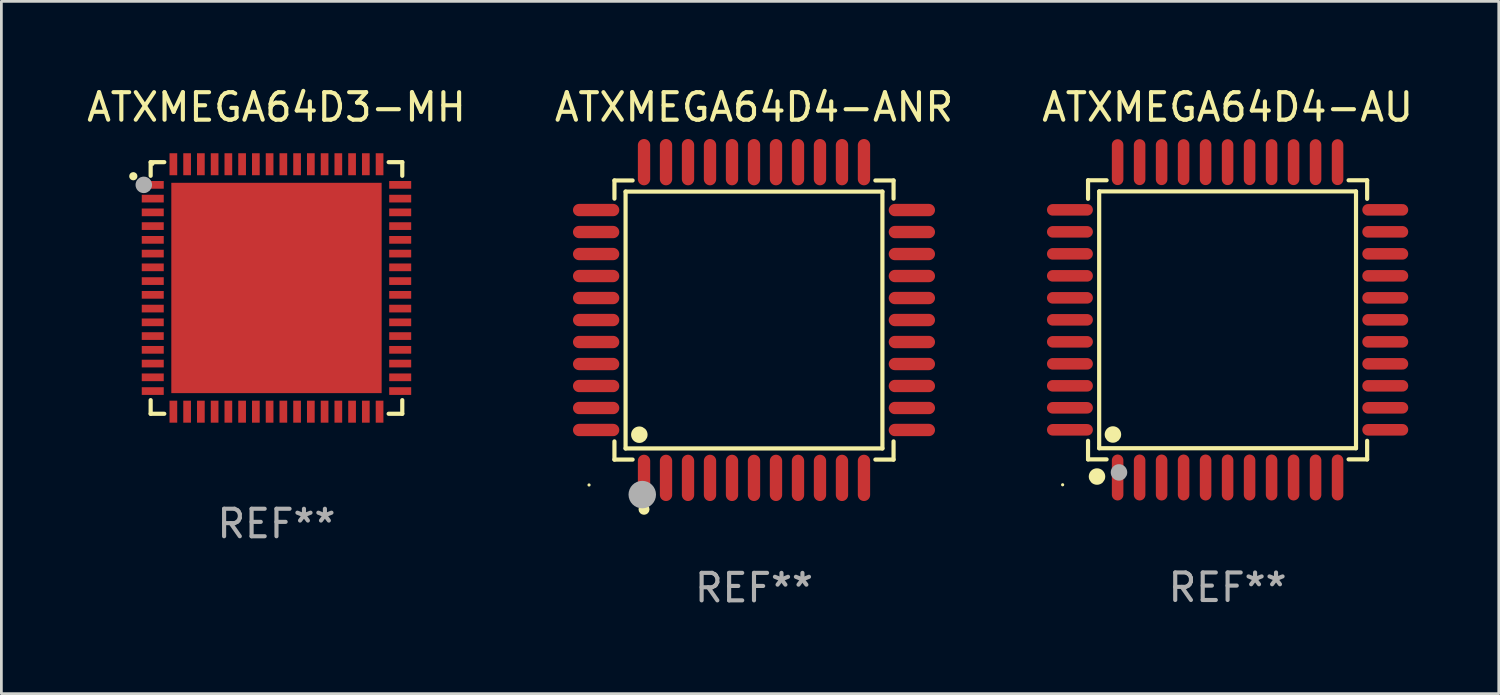
<source format=kicad_pcb>
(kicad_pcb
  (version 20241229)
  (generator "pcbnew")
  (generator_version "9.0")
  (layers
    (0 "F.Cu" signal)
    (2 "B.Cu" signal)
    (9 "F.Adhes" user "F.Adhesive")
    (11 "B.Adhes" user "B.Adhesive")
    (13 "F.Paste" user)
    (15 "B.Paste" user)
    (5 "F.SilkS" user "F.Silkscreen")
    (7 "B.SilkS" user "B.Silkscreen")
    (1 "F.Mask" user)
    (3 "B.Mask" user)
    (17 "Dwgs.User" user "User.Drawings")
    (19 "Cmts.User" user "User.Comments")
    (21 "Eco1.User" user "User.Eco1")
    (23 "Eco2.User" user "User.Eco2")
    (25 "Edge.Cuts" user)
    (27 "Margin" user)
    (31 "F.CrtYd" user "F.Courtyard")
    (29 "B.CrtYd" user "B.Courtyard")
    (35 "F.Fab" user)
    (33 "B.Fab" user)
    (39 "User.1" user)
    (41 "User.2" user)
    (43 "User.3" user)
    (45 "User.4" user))
  (footprint "ATXMEGA64D4-AU"
    (layer "F.Cu")
    (at 41.601 8.583)
    (property "Reference" "ATXMEGA64D4-AU" (at 0 -7.735 0) (layer "F.SilkS") (effects (font (size 1 1) (thickness 0.15))))
    (attr through_hole)
    (fp_line (start -5.076 -5.076) (end -4.401 -5.076) (stroke (width 0.152) (type solid)) (layer "F.SilkS"))
    (fp_line (start -5.076 -4.401) (end -5.076 -5.076) (stroke (width 0.152) (type solid)) (layer "F.SilkS"))
    (fp_line (start -5.076 4.401) (end -5.076 5.076) (stroke (width 0.152) (type solid)) (layer "F.SilkS"))
    (fp_line (start -5.076 5.076) (end -4.401 5.076) (stroke (width 0.152) (type solid)) (layer "F.SilkS"))
    (fp_line (start -4.671 -4.671) (end 4.671 -4.671) (stroke (width 0.152) (type solid)) (layer "F.SilkS"))
    (fp_line (start -4.671 4.671) (end -4.671 -4.671) (stroke (width 0.152) (type solid)) (layer "F.SilkS"))
    (fp_line (start 4.671 -4.671) (end 4.671 4.671) (stroke (width 0.152) (type solid)) (layer "F.SilkS"))
    (fp_line (start 4.671 4.671) (end -4.671 4.671) (stroke (width 0.152) (type solid)) (layer "F.SilkS"))
    (fp_line (start 5.076 -5.076) (end 4.401 -5.076) (stroke (width 0.152) (type solid)) (layer "F.SilkS"))
    (fp_line (start 5.076 -4.401) (end 5.076 -5.076) (stroke (width 0.152) (type solid)) (layer "F.SilkS"))
    (fp_line (start 5.076 4.401) (end 5.076 5.076) (stroke (width 0.152) (type solid)) (layer "F.SilkS"))
    (fp_line (start 5.076 5.076) (end 4.401 5.076) (stroke (width 0.152) (type solid)) (layer "F.SilkS"))
    (fp_circle (center -6 6) (end -5.97 6) (stroke (width 0.06) (type solid)) (fill no) (layer "F.SilkS"))
    (fp_circle (center -4.75 5.7) (end -4.6 5.7) (stroke (width 0.3) (type solid)) (fill no) (layer "F.SilkS"))
    (fp_circle (center -4.171 4.171) (end -4.021 4.171) (stroke (width 0.3) (type solid)) (fill no) (layer "F.SilkS"))
    (fp_circle (center -3.95 5.55) (end -3.8 5.55) (stroke (width 0.3) (type solid)) (fill no) (layer "F.Fab"))
    (fp_text user "REF**" (at 0 9.735 0) (layer "F.Fab") (effects (font (size 1 1) (thickness 0.15))))
    (pad "1" smd oval (at -4 5.735) (size 0.42 1.67) (layers "F.Cu" "F.Mask" "F.Paste"))
    (pad "2" smd oval (at -3.2 5.735) (size 0.42 1.67) (layers "F.Cu" "F.Mask" "F.Paste"))
    (pad "3" smd oval (at -2.4 5.735) (size 0.42 1.67) (layers "F.Cu" "F.Mask" "F.Paste"))
    (pad "4" smd oval (at -1.6 5.735) (size 0.42 1.67) (layers "F.Cu" "F.Mask" "F.Paste"))
    (pad "5" smd oval (at -0.8 5.735) (size 0.42 1.67) (layers "F.Cu" "F.Mask" "F.Paste"))
    (pad "6" smd oval (at 0 5.735) (size 0.42 1.67) (layers "F.Cu" "F.Mask" "F.Paste"))
    (pad "7" smd oval (at 0.8 5.735) (size 0.42 1.67) (layers "F.Cu" "F.Mask" "F.Paste"))
    (pad "8" smd oval (at 1.6 5.735) (size 0.42 1.67) (layers "F.Cu" "F.Mask" "F.Paste"))
    (pad "9" smd oval (at 2.4 5.735) (size 0.42 1.67) (layers "F.Cu" "F.Mask" "F.Paste"))
    (pad "10" smd oval (at 3.2 5.735) (size 0.42 1.67) (layers "F.Cu" "F.Mask" "F.Paste"))
    (pad "11" smd oval (at 4 5.735) (size 0.42 1.67) (layers "F.Cu" "F.Mask" "F.Paste"))
    (pad "12" smd oval (at 5.735 4) (size 1.67 0.42) (layers "F.Cu" "F.Mask" "F.Paste"))
    (pad "13" smd oval (at 5.735 3.2) (size 1.67 0.42) (layers "F.Cu" "F.Mask" "F.Paste"))
    (pad "14" smd oval (at 5.735 2.4) (size 1.67 0.42) (layers "F.Cu" "F.Mask" "F.Paste"))
    (pad "15" smd oval (at 5.735 1.6) (size 1.67 0.42) (layers "F.Cu" "F.Mask" "F.Paste"))
    (pad "16" smd oval (at 5.735 0.8) (size 1.67 0.42) (layers "F.Cu" "F.Mask" "F.Paste"))
    (pad "17" smd oval (at 5.735 0) (size 1.67 0.42) (layers "F.Cu" "F.Mask" "F.Paste"))
    (pad "18" smd oval (at 5.735 -0.8) (size 1.67 0.42) (layers "F.Cu" "F.Mask" "F.Paste"))
    (pad "19" smd oval (at 5.735 -1.6) (size 1.67 0.42) (layers "F.Cu" "F.Mask" "F.Paste"))
    (pad "20" smd oval (at 5.735 -2.4) (size 1.67 0.42) (layers "F.Cu" "F.Mask" "F.Paste"))
    (pad "21" smd oval (at 5.735 -3.2) (size 1.67 0.42) (layers "F.Cu" "F.Mask" "F.Paste"))
    (pad "22" smd oval (at 5.735 -4) (size 1.67 0.42) (layers "F.Cu" "F.Mask" "F.Paste"))
    (pad "23" smd oval (at 4 -5.735) (size 0.42 1.67) (layers "F.Cu" "F.Mask" "F.Paste"))
    (pad "24" smd oval (at 3.2 -5.735) (size 0.42 1.67) (layers "F.Cu" "F.Mask" "F.Paste"))
    (pad "25" smd oval (at 2.4 -5.735) (size 0.42 1.67) (layers "F.Cu" "F.Mask" "F.Paste"))
    (pad "26" smd oval (at 1.6 -5.735) (size 0.42 1.67) (layers "F.Cu" "F.Mask" "F.Paste"))
    (pad "27" smd oval (at 0.8 -5.735) (size 0.42 1.67) (layers "F.Cu" "F.Mask" "F.Paste"))
    (pad "28" smd oval (at 0 -5.735) (size 0.42 1.67) (layers "F.Cu" "F.Mask" "F.Paste"))
    (pad "29" smd oval (at -0.8 -5.735) (size 0.42 1.67) (layers "F.Cu" "F.Mask" "F.Paste"))
    (pad "30" smd oval (at -1.6 -5.735) (size 0.42 1.67) (layers "F.Cu" "F.Mask" "F.Paste"))
    (pad "31" smd oval (at -2.4 -5.735) (size 0.42 1.67) (layers "F.Cu" "F.Mask" "F.Paste"))
    (pad "32" smd oval (at -3.2 -5.735) (size 0.42 1.67) (layers "F.Cu" "F.Mask" "F.Paste"))
    (pad "33" smd oval (at -4 -5.735) (size 0.42 1.67) (layers "F.Cu" "F.Mask" "F.Paste"))
    (pad "34" smd oval (at -5.735 -4) (size 1.67 0.42) (layers "F.Cu" "F.Mask" "F.Paste"))
    (pad "35" smd oval (at -5.735 -3.2) (size 1.67 0.42) (layers "F.Cu" "F.Mask" "F.Paste"))
    (pad "36" smd oval (at -5.735 -2.4) (size 1.67 0.42) (layers "F.Cu" "F.Mask" "F.Paste"))
    (pad "37" smd oval (at -5.735 -1.6) (size 1.67 0.42) (layers "F.Cu" "F.Mask" "F.Paste"))
    (pad "38" smd oval (at -5.735 -0.8) (size 1.67 0.42) (layers "F.Cu" "F.Mask" "F.Paste"))
    (pad "39" smd oval (at -5.735 0) (size 1.67 0.42) (layers "F.Cu" "F.Mask" "F.Paste"))
    (pad "40" smd oval (at -5.735 0.8) (size 1.67 0.42) (layers "F.Cu" "F.Mask" "F.Paste"))
    (pad "41" smd oval (at -5.735 1.6) (size 1.67 0.42) (layers "F.Cu" "F.Mask" "F.Paste"))
    (pad "42" smd oval (at -5.735 2.4) (size 1.67 0.42) (layers "F.Cu" "F.Mask" "F.Paste"))
    (pad "43" smd oval (at -5.735 3.2) (size 1.67 0.42) (layers "F.Cu" "F.Mask" "F.Paste"))
    (pad "44" smd oval (at -5.735 4) (size 1.67 0.42) (layers "F.Cu" "F.Mask" "F.Paste")))
  (footprint "ATXMEGA64D3-MH"
    (layer "F.Cu")
    (at 7.006 7.424)
    (property "Reference" "ATXMEGA64D3-MH" (at 0 -6.576 0) (layer "F.SilkS") (effects (font (size 1 1) (thickness 0.15))))
    (attr through_hole)
    (fp_line (start -4.576 -4.576) (end -4.576 -4.08) (stroke (width 0.152) (type solid)) (layer "F.SilkS"))
    (fp_line (start -4.576 4.576) (end -4.576 4.08) (stroke (width 0.152) (type solid)) (layer "F.SilkS"))
    (fp_line (start -4.08 -4.576) (end -4.576 -4.576) (stroke (width 0.152) (type solid)) (layer "F.SilkS"))
    (fp_line (start -4.08 4.576) (end -4.576 4.576) (stroke (width 0.152) (type solid)) (layer "F.SilkS"))
    (fp_line (start 4.08 -4.576) (end 4.576 -4.576) (stroke (width 0.152) (type solid)) (layer "F.SilkS"))
    (fp_line (start 4.08 4.576) (end 4.576 4.576) (stroke (width 0.152) (type solid)) (layer "F.SilkS"))
    (fp_line (start 4.576 -4.576) (end 4.576 -4.08) (stroke (width 0.152) (type solid)) (layer "F.SilkS"))
    (fp_line (start 4.576 4.576) (end 4.576 4.08) (stroke (width 0.152) (type solid)) (layer "F.SilkS"))
    (fp_circle (center -5.207 -4.064) (end -5.132 -4.064) (stroke (width 0.15) (type solid)) (fill no) (layer "F.SilkS"))
    (fp_circle (center -4.5 -4.5) (end -4.47 -4.5) (stroke (width 0.06) (type solid)) (fill no) (layer "F.SilkS"))
    (fp_circle (center -4.826 -3.75) (end -4.676 -3.75) (stroke (width 0.3) (type solid)) (fill no) (layer "F.Fab"))
    (fp_text user "REF**" (at 0 8.576 0) (layer "F.Fab") (effects (font (size 1 1) (thickness 0.15))))
    (pad "1" smd rect (at -4.5 -3.75) (size 0.8 0.28) (layers "F.Cu" "F.Mask" "F.Paste"))
    (pad "2" smd rect (at -4.5 -3.25) (size 0.8 0.28) (layers "F.Cu" "F.Mask" "F.Paste"))
    (pad "3" smd rect (at -4.5 -2.75) (size 0.8 0.28) (layers "F.Cu" "F.Mask" "F.Paste"))
    (pad "4" smd rect (at -4.5 -2.25) (size 0.8 0.28) (layers "F.Cu" "F.Mask" "F.Paste"))
    (pad "5" smd rect (at -4.5 -1.75) (size 0.8 0.28) (layers "F.Cu" "F.Mask" "F.Paste"))
    (pad "6" smd rect (at -4.5 -1.25) (size 0.8 0.28) (layers "F.Cu" "F.Mask" "F.Paste"))
    (pad "7" smd rect (at -4.5 -0.75) (size 0.8 0.28) (layers "F.Cu" "F.Mask" "F.Paste"))
    (pad "8" smd rect (at -4.5 -0.25) (size 0.8 0.28) (layers "F.Cu" "F.Mask" "F.Paste"))
    (pad "9" smd rect (at -4.5 0.25) (size 0.8 0.28) (layers "F.Cu" "F.Mask" "F.Paste"))
    (pad "10" smd rect (at -4.5 0.75) (size 0.8 0.28) (layers "F.Cu" "F.Mask" "F.Paste"))
    (pad "11" smd rect (at -4.5 1.25) (size 0.8 0.28) (layers "F.Cu" "F.Mask" "F.Paste"))
    (pad "12" smd rect (at -4.5 1.75) (size 0.8 0.28) (layers "F.Cu" "F.Mask" "F.Paste"))
    (pad "13" smd rect (at -4.5 2.25) (size 0.8 0.28) (layers "F.Cu" "F.Mask" "F.Paste"))
    (pad "14" smd rect (at -4.5 2.75) (size 0.8 0.28) (layers "F.Cu" "F.Mask" "F.Paste"))
    (pad "15" smd rect (at -4.5 3.25) (size 0.8 0.28) (layers "F.Cu" "F.Mask" "F.Paste"))
    (pad "16" smd rect (at -4.5 3.75) (size 0.8 0.28) (layers "F.Cu" "F.Mask" "F.Paste"))
    (pad "17" smd rect (at -3.75 4.5) (size 0.28 0.8) (layers "F.Cu" "F.Mask" "F.Paste"))
    (pad "18" smd rect (at -3.25 4.5) (size 0.28 0.8) (layers "F.Cu" "F.Mask" "F.Paste"))
    (pad "19" smd rect (at -2.75 4.5) (size 0.28 0.8) (layers "F.Cu" "F.Mask" "F.Paste"))
    (pad "20" smd rect (at -2.25 4.5) (size 0.28 0.8) (layers "F.Cu" "F.Mask" "F.Paste"))
    (pad "21" smd rect (at -1.75 4.5) (size 0.28 0.8) (layers "F.Cu" "F.Mask" "F.Paste"))
    (pad "22" smd rect (at -1.25 4.5) (size 0.28 0.8) (layers "F.Cu" "F.Mask" "F.Paste"))
    (pad "23" smd rect (at -0.75 4.5) (size 0.28 0.8) (layers "F.Cu" "F.Mask" "F.Paste"))
    (pad "24" smd rect (at -0.25 4.5) (size 0.28 0.8) (layers "F.Cu" "F.Mask" "F.Paste"))
    (pad "25" smd rect (at 0.25 4.5) (size 0.28 0.8) (layers "F.Cu" "F.Mask" "F.Paste"))
    (pad "26" smd rect (at 0.75 4.5) (size 0.28 0.8) (layers "F.Cu" "F.Mask" "F.Paste"))
    (pad "27" smd rect (at 1.25 4.5) (size 0.28 0.8) (layers "F.Cu" "F.Mask" "F.Paste"))
    (pad "28" smd rect (at 1.75 4.5) (size 0.28 0.8) (layers "F.Cu" "F.Mask" "F.Paste"))
    (pad "29" smd rect (at 2.25 4.5) (size 0.28 0.8) (layers "F.Cu" "F.Mask" "F.Paste"))
    (pad "30" smd rect (at 2.75 4.5) (size 0.28 0.8) (layers "F.Cu" "F.Mask" "F.Paste"))
    (pad "31" smd rect (at 3.25 4.5) (size 0.28 0.8) (layers "F.Cu" "F.Mask" "F.Paste"))
    (pad "32" smd rect (at 3.75 4.5) (size 0.28 0.8) (layers "F.Cu" "F.Mask" "F.Paste"))
    (pad "33" smd rect (at 4.5 3.75) (size 0.8 0.28) (layers "F.Cu" "F.Mask" "F.Paste"))
    (pad "34" smd rect (at 4.5 3.25) (size 0.8 0.28) (layers "F.Cu" "F.Mask" "F.Paste"))
    (pad "35" smd rect (at 4.5 2.75) (size 0.8 0.28) (layers "F.Cu" "F.Mask" "F.Paste"))
    (pad "36" smd rect (at 4.5 2.25) (size 0.8 0.28) (layers "F.Cu" "F.Mask" "F.Paste"))
    (pad "37" smd rect (at 4.5 1.75) (size 0.8 0.28) (layers "F.Cu" "F.Mask" "F.Paste"))
    (pad "38" smd rect (at 4.5 1.25) (size 0.8 0.28) (layers "F.Cu" "F.Mask" "F.Paste"))
    (pad "39" smd rect (at 4.5 0.75) (size 0.8 0.28) (layers "F.Cu" "F.Mask" "F.Paste"))
    (pad "40" smd rect (at 4.5 0.25) (size 0.8 0.28) (layers "F.Cu" "F.Mask" "F.Paste"))
    (pad "41" smd rect (at 4.5 -0.25) (size 0.8 0.28) (layers "F.Cu" "F.Mask" "F.Paste"))
    (pad "42" smd rect (at 4.5 -0.75) (size 0.8 0.28) (layers "F.Cu" "F.Mask" "F.Paste"))
    (pad "43" smd rect (at 4.5 -1.25) (size 0.8 0.28) (layers "F.Cu" "F.Mask" "F.Paste"))
    (pad "44" smd rect (at 4.5 -1.75) (size 0.8 0.28) (layers "F.Cu" "F.Mask" "F.Paste"))
    (pad "45" smd rect (at 4.5 -2.25) (size 0.8 0.28) (layers "F.Cu" "F.Mask" "F.Paste"))
    (pad "46" smd rect (at 4.5 -2.75) (size 0.8 0.28) (layers "F.Cu" "F.Mask" "F.Paste"))
    (pad "47" smd rect (at 4.5 -3.25) (size 0.8 0.28) (layers "F.Cu" "F.Mask" "F.Paste"))
    (pad "48" smd rect (at 4.5 -3.75) (size 0.8 0.28) (layers "F.Cu" "F.Mask" "F.Paste"))
    (pad "49" smd rect (at 3.75 -4.5) (size 0.28 0.8) (layers "F.Cu" "F.Mask" "F.Paste"))
    (pad "50" smd rect (at 3.25 -4.5) (size 0.28 0.8) (layers "F.Cu" "F.Mask" "F.Paste"))
    (pad "51" smd rect (at 2.75 -4.5) (size 0.28 0.8) (layers "F.Cu" "F.Mask" "F.Paste"))
    (pad "52" smd rect (at 2.25 -4.5) (size 0.28 0.8) (layers "F.Cu" "F.Mask" "F.Paste"))
    (pad "53" smd rect (at 1.75 -4.5) (size 0.28 0.8) (layers "F.Cu" "F.Mask" "F.Paste"))
    (pad "54" smd rect (at 1.25 -4.5) (size 0.28 0.8) (layers "F.Cu" "F.Mask" "F.Paste"))
    (pad "55" smd rect (at 0.75 -4.5) (size 0.28 0.8) (layers "F.Cu" "F.Mask" "F.Paste"))
    (pad "56" smd rect (at 0.25 -4.5) (size 0.28 0.8) (layers "F.Cu" "F.Mask" "F.Paste"))
    (pad "57" smd rect (at -0.25 -4.5) (size 0.28 0.8) (layers "F.Cu" "F.Mask" "F.Paste"))
    (pad "58" smd rect (at -0.75 -4.5) (size 0.28 0.8) (layers "F.Cu" "F.Mask" "F.Paste"))
    (pad "59" smd rect (at -1.25 -4.5) (size 0.28 0.8) (layers "F.Cu" "F.Mask" "F.Paste"))
    (pad "60" smd rect (at -1.75 -4.5) (size 0.28 0.8) (layers "F.Cu" "F.Mask" "F.Paste"))
    (pad "61" smd rect (at -2.25 -4.5) (size 0.28 0.8) (layers "F.Cu" "F.Mask" "F.Paste"))
    (pad "62" smd rect (at -2.75 -4.5) (size 0.28 0.8) (layers "F.Cu" "F.Mask" "F.Paste"))
    (pad "63" smd rect (at -3.25 -4.5) (size 0.28 0.8) (layers "F.Cu" "F.Mask" "F.Paste"))
    (pad "64" smd rect (at -3.75 -4.5) (size 0.28 0.8) (layers "F.Cu" "F.Mask" "F.Paste"))
    (pad "65" smd rect (at 0 0) (size 7.65 7.65) (layers "F.Cu" "F.Mask" "F.Paste")))
  (footprint "ATXMEGA64D4-ANR"
    (layer "F.Cu")
    (at 24.375 8.59)
    (property "Reference" "ATXMEGA64D4-ANR" (at 0 -7.742 0) (layer "F.SilkS") (effects (font (size 1 1) (thickness 0.15))))
    (attr through_hole)
    (fp_line (start -5.076 -5.076) (end -4.415 -5.076) (stroke (width 0.152) (type solid)) (layer "F.SilkS"))
    (fp_line (start -5.076 -4.415) (end -5.076 -5.076) (stroke (width 0.152) (type solid)) (layer "F.SilkS"))
    (fp_line (start -5.076 4.415) (end -5.076 5.076) (stroke (width 0.152) (type solid)) (layer "F.SilkS"))
    (fp_line (start -5.076 5.076) (end -4.415 5.076) (stroke (width 0.152) (type solid)) (layer "F.SilkS"))
    (fp_line (start -4.671 -4.671) (end 4.671 -4.671) (stroke (width 0.152) (type solid)) (layer "F.SilkS"))
    (fp_line (start -4.671 4.671) (end -4.671 -4.671) (stroke (width 0.152) (type solid)) (layer "F.SilkS"))
    (fp_line (start 4.671 -4.671) (end 4.671 4.671) (stroke (width 0.152) (type solid)) (layer "F.SilkS"))
    (fp_line (start 4.671 4.671) (end -4.671 4.671) (stroke (width 0.152) (type solid)) (layer "F.SilkS"))
    (fp_line (start 5.076 -5.076) (end 4.415 -5.076) (stroke (width 0.152) (type solid)) (layer "F.SilkS"))
    (fp_line (start 5.076 -4.415) (end 5.076 -5.076) (stroke (width 0.152) (type solid)) (layer "F.SilkS"))
    (fp_line (start 5.076 4.415) (end 5.076 5.076) (stroke (width 0.152) (type solid)) (layer "F.SilkS"))
    (fp_line (start 5.076 5.076) (end 4.415 5.076) (stroke (width 0.152) (type solid)) (layer "F.SilkS"))
    (fp_circle (center -6 6) (end -5.97 6) (stroke (width 0.06) (type solid)) (fill no) (layer "F.SilkS"))
    (fp_circle (center -4.171 4.171) (end -4.021 4.171) (stroke (width 0.3) (type solid)) (fill no) (layer "F.SilkS"))
    (fp_circle (center -4 6.884) (end -3.9 6.884) (stroke (width 0.2) (type solid)) (fill no) (layer "F.SilkS"))
    (fp_circle (center -4.064 6.35) (end -3.814 6.35) (stroke (width 0.5) (type solid)) (fill no) (layer "F.Fab"))
    (fp_text user "REF**" (at 0 9.742 0) (layer "F.Fab") (effects (font (size 1 1) (thickness 0.15))))
    (pad "1" smd oval (at -4 5.742) (size 0.448 1.684) (layers "F.Cu" "F.Mask" "F.Paste"))
    (pad "2" smd oval (at -3.2 5.742) (size 0.448 1.684) (layers "F.Cu" "F.Mask" "F.Paste"))
    (pad "3" smd oval (at -2.4 5.742) (size 0.448 1.684) (layers "F.Cu" "F.Mask" "F.Paste"))
    (pad "4" smd oval (at -1.6 5.742) (size 0.448 1.684) (layers "F.Cu" "F.Mask" "F.Paste"))
    (pad "5" smd oval (at -0.8 5.742) (size 0.448 1.684) (layers "F.Cu" "F.Mask" "F.Paste"))
    (pad "6" smd oval (at 0 5.742) (size 0.448 1.684) (layers "F.Cu" "F.Mask" "F.Paste"))
    (pad "7" smd oval (at 0.8 5.742) (size 0.448 1.684) (layers "F.Cu" "F.Mask" "F.Paste"))
    (pad "8" smd oval (at 1.6 5.742) (size 0.448 1.684) (layers "F.Cu" "F.Mask" "F.Paste"))
    (pad "9" smd oval (at 2.4 5.742) (size 0.448 1.684) (layers "F.Cu" "F.Mask" "F.Paste"))
    (pad "10" smd oval (at 3.2 5.742) (size 0.448 1.684) (layers "F.Cu" "F.Mask" "F.Paste"))
    (pad "11" smd oval (at 4 5.742) (size 0.448 1.684) (layers "F.Cu" "F.Mask" "F.Paste"))
    (pad "12" smd oval (at 5.742 4) (size 1.684 0.448) (layers "F.Cu" "F.Mask" "F.Paste"))
    (pad "13" smd oval (at 5.742 3.2) (size 1.684 0.448) (layers "F.Cu" "F.Mask" "F.Paste"))
    (pad "14" smd oval (at 5.742 2.4) (size 1.684 0.448) (layers "F.Cu" "F.Mask" "F.Paste"))
    (pad "15" smd oval (at 5.742 1.6) (size 1.684 0.448) (layers "F.Cu" "F.Mask" "F.Paste"))
    (pad "16" smd oval (at 5.742 0.8) (size 1.684 0.448) (layers "F.Cu" "F.Mask" "F.Paste"))
    (pad "17" smd oval (at 5.742 0) (size 1.684 0.448) (layers "F.Cu" "F.Mask" "F.Paste"))
    (pad "18" smd oval (at 5.742 -0.8) (size 1.684 0.448) (layers "F.Cu" "F.Mask" "F.Paste"))
    (pad "19" smd oval (at 5.742 -1.6) (size 1.684 0.448) (layers "F.Cu" "F.Mask" "F.Paste"))
    (pad "20" smd oval (at 5.742 -2.4) (size 1.684 0.448) (layers "F.Cu" "F.Mask" "F.Paste"))
    (pad "21" smd oval (at 5.742 -3.2) (size 1.684 0.448) (layers "F.Cu" "F.Mask" "F.Paste"))
    (pad "22" smd oval (at 5.742 -4) (size 1.684 0.448) (layers "F.Cu" "F.Mask" "F.Paste"))
    (pad "23" smd oval (at 4 -5.742) (size 0.448 1.684) (layers "F.Cu" "F.Mask" "F.Paste"))
    (pad "24" smd oval (at 3.2 -5.742) (size 0.448 1.684) (layers "F.Cu" "F.Mask" "F.Paste"))
    (pad "25" smd oval (at 2.4 -5.742) (size 0.448 1.684) (layers "F.Cu" "F.Mask" "F.Paste"))
    (pad "26" smd oval (at 1.6 -5.742) (size 0.448 1.684) (layers "F.Cu" "F.Mask" "F.Paste"))
    (pad "27" smd oval (at 0.8 -5.742) (size 0.448 1.684) (layers "F.Cu" "F.Mask" "F.Paste"))
    (pad "28" smd oval (at 0 -5.742) (size 0.448 1.684) (layers "F.Cu" "F.Mask" "F.Paste"))
    (pad "29" smd oval (at -0.8 -5.742) (size 0.448 1.684) (layers "F.Cu" "F.Mask" "F.Paste"))
    (pad "30" smd oval (at -1.6 -5.742) (size 0.448 1.684) (layers "F.Cu" "F.Mask" "F.Paste"))
    (pad "31" smd oval (at -2.4 -5.742) (size 0.448 1.684) (layers "F.Cu" "F.Mask" "F.Paste"))
    (pad "32" smd oval (at -3.2 -5.742) (size 0.448 1.684) (layers "F.Cu" "F.Mask" "F.Paste"))
    (pad "33" smd oval (at -4 -5.742) (size 0.448 1.684) (layers "F.Cu" "F.Mask" "F.Paste"))
    (pad "34" smd oval (at -5.742 -4) (size 1.684 0.448) (layers "F.Cu" "F.Mask" "F.Paste"))
    (pad "35" smd oval (at -5.742 -3.2) (size 1.684 0.448) (layers "F.Cu" "F.Mask" "F.Paste"))
    (pad "36" smd oval (at -5.742 -2.4) (size 1.684 0.448) (layers "F.Cu" "F.Mask" "F.Paste"))
    (pad "37" smd oval (at -5.742 -1.6) (size 1.684 0.448) (layers "F.Cu" "F.Mask" "F.Paste"))
    (pad "38" smd oval (at -5.742 -0.8) (size 1.684 0.448) (layers "F.Cu" "F.Mask" "F.Paste"))
    (pad "39" smd oval (at -5.742 0) (size 1.684 0.448) (layers "F.Cu" "F.Mask" "F.Paste"))
    (pad "40" smd oval (at -5.742 0.8) (size 1.684 0.448) (layers "F.Cu" "F.Mask" "F.Paste"))
    (pad "41" smd oval (at -5.742 1.6) (size 1.684 0.448) (layers "F.Cu" "F.Mask" "F.Paste"))
    (pad "42" smd oval (at -5.742 2.4) (size 1.684 0.448) (layers "F.Cu" "F.Mask" "F.Paste"))
    (pad "43" smd oval (at -5.742 3.2) (size 1.684 0.448) (layers "F.Cu" "F.Mask" "F.Paste"))
    (pad "44" smd oval (at -5.742 4) (size 1.684 0.448) (layers "F.Cu" "F.Mask" "F.Paste")))
  (gr_rect
    (start -3 -3)
    (end 51.464 22.18)
    (stroke (width 0.1) (type default))
    (fill no)
    (layer "Edge.Cuts")))
</source>
